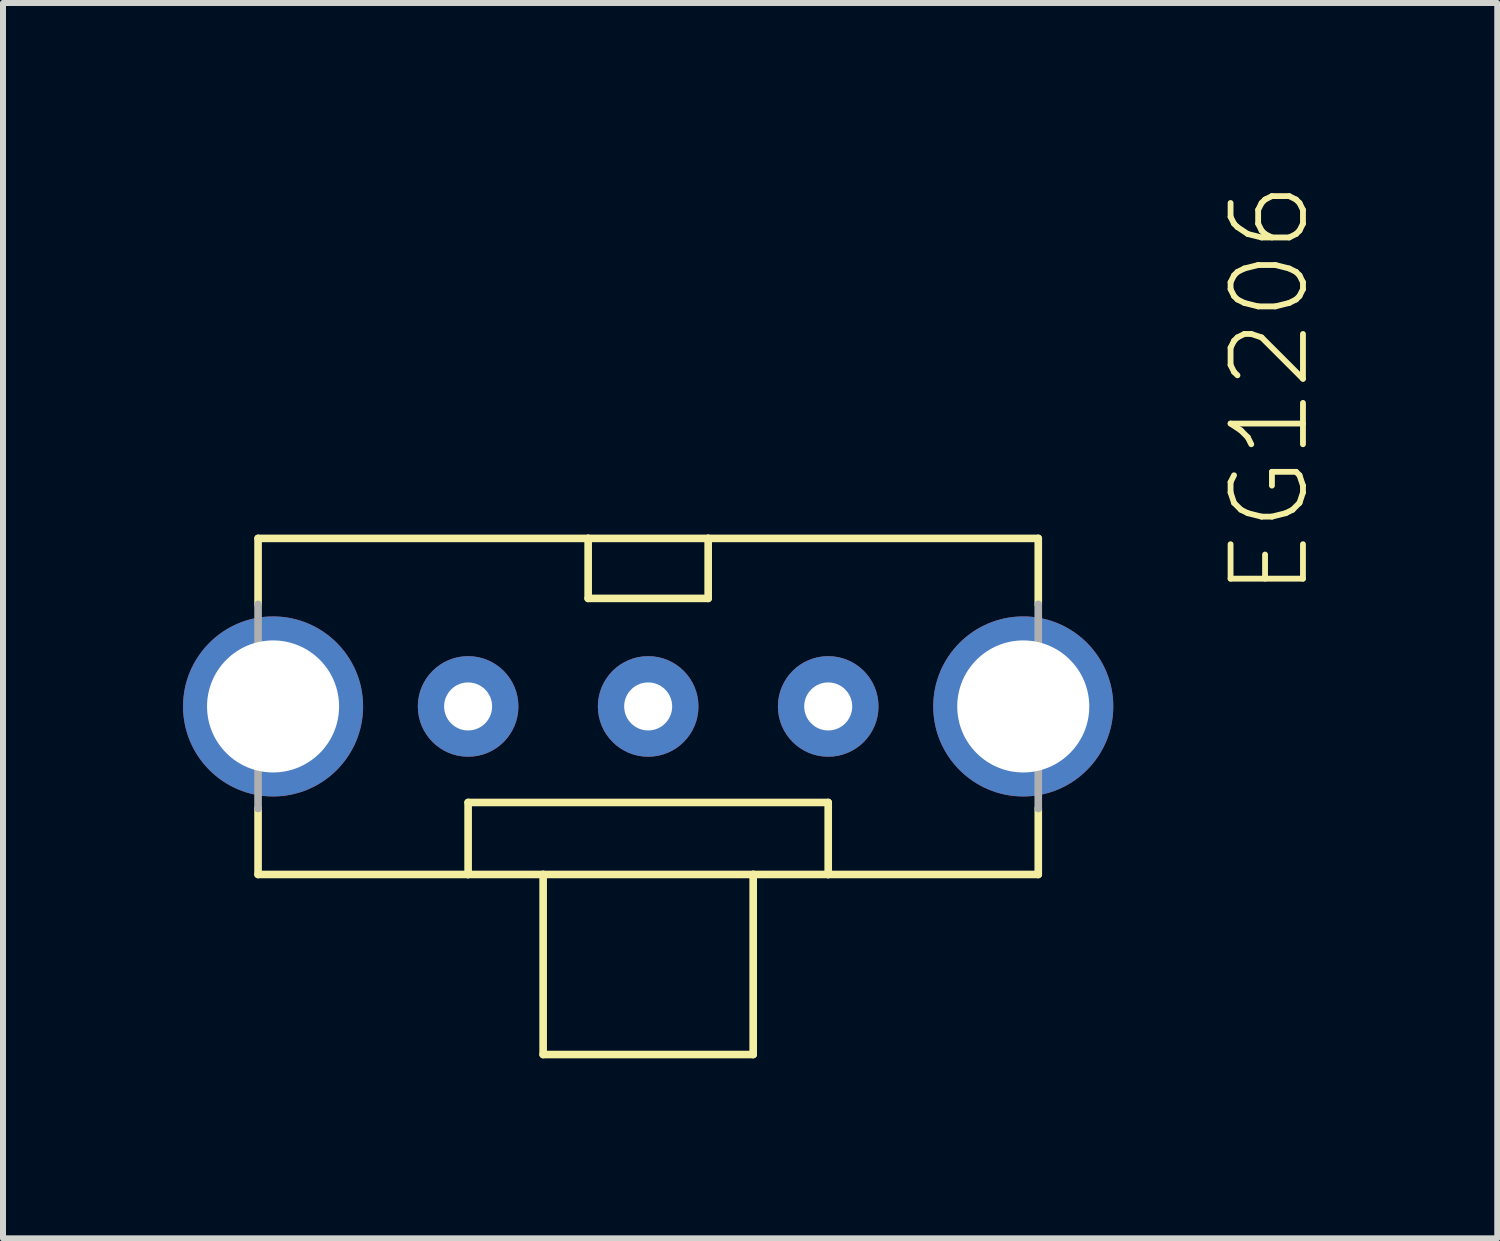
<source format=kicad_pcb>
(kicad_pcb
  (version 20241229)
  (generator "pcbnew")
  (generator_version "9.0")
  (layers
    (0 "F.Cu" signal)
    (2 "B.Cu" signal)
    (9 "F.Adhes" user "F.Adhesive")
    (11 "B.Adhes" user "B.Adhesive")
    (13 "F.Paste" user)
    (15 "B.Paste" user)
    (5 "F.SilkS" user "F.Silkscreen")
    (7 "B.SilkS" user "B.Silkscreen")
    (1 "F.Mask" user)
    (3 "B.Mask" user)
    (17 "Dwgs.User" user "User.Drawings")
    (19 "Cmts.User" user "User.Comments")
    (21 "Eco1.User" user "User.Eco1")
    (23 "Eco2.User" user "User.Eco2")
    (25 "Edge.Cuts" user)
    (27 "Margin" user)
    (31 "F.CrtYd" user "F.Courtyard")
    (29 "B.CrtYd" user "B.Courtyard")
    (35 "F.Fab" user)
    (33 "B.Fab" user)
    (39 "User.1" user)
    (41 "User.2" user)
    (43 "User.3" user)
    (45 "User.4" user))
  (footprint "EG1206"
    (layer "F.Cu")
    (at 7.75 8.721)
    (property "Reference" "EG1206" (at 9.652 -1.778 90) (layer "F.SilkS") (effects (font (size 1.206 1.206) (thickness 0.097)) (justify left top)))
    (attr through_hole)
    (fp_line (start -6.5 -2.8) (end -6.5 -1.7) (stroke (width 0.127) (type solid)) (layer "F.SilkS"))
    (fp_line (start -6.5 -2.8) (end -1 -2.8) (stroke (width 0.127) (type solid)) (layer "F.SilkS"))
    (fp_line (start -6.5 2.8) (end -6.5 1.7) (stroke (width 0.127) (type solid)) (layer "F.SilkS"))
    (fp_line (start -3 1.6) (end 3 1.6) (stroke (width 0.127) (type solid)) (layer "F.SilkS"))
    (fp_line (start -3 2.8) (end -6.5 2.8) (stroke (width 0.127) (type solid)) (layer "F.SilkS"))
    (fp_line (start -3 2.8) (end -3 1.6) (stroke (width 0.127) (type solid)) (layer "F.SilkS"))
    (fp_line (start -1.75 2.8) (end -3 2.8) (stroke (width 0.127) (type solid)) (layer "F.SilkS"))
    (fp_line (start -1.75 2.8) (end -1.75 5.8) (stroke (width 0.127) (type solid)) (layer "F.SilkS"))
    (fp_line (start -1.75 5.8) (end 1.75 5.8) (stroke (width 0.127) (type solid)) (layer "F.SilkS"))
    (fp_line (start -1 -2.8) (end -1 -1.8) (stroke (width 0.127) (type solid)) (layer "F.SilkS"))
    (fp_line (start -1 -2.8) (end 1 -2.8) (stroke (width 0.127) (type solid)) (layer "F.SilkS"))
    (fp_line (start -1 -1.8) (end 1 -1.8) (stroke (width 0.127) (type solid)) (layer "F.SilkS"))
    (fp_line (start 1 -2.8) (end 6.5 -2.8) (stroke (width 0.127) (type solid)) (layer "F.SilkS"))
    (fp_line (start 1 -1.8) (end 1 -2.8) (stroke (width 0.127) (type solid)) (layer "F.SilkS"))
    (fp_line (start 1.75 2.8) (end -1.75 2.8) (stroke (width 0.127) (type solid)) (layer "F.SilkS"))
    (fp_line (start 1.75 5.8) (end 1.75 2.8) (stroke (width 0.127) (type solid)) (layer "F.SilkS"))
    (fp_line (start 3 1.6) (end 3 2.8) (stroke (width 0.127) (type solid)) (layer "F.SilkS"))
    (fp_line (start 3 2.8) (end 1.75 2.8) (stroke (width 0.127) (type solid)) (layer "F.SilkS"))
    (fp_line (start 6.5 -2.8) (end 6.5 -1.7) (stroke (width 0.127) (type solid)) (layer "F.SilkS"))
    (fp_line (start 6.5 2.8) (end 3 2.8) (stroke (width 0.127) (type solid)) (layer "F.SilkS"))
    (fp_line (start 6.5 2.8) (end 6.5 1.7) (stroke (width 0.127) (type solid)) (layer "F.SilkS"))
    (fp_line (start -6.5 -1.7) (end -6.5 1.7) (stroke (width 0.127) (type solid)) (layer "F.Fab"))
    (fp_line (start 6.5 -1.7) (end 6.5 1.7) (stroke (width 0.127) (type solid)) (layer "F.Fab"))
    (pad "1" thru_hole circle (at -3 0) (size 1.676 1.676) (drill 0.8) (layers "*.Cu" "*.Mask"))
    (pad "2" thru_hole circle (at 0 0) (size 1.676 1.676) (drill 0.8) (layers "*.Cu" "*.Mask"))
    (pad "3" thru_hole circle (at 3 0) (size 1.676 1.676) (drill 0.8) (layers "*.Cu" "*.Mask"))
    (pad "MT1" thru_hole circle (at -6.25 0) (size 3 3) (drill 2.2) (layers "*.Cu" "*.Mask"))
    (pad "MT2" thru_hole circle (at 6.25 0) (size 3 3) (drill 2.2) (layers "*.Cu" "*.Mask")))
  (gr_rect
    (start -3 -3)
    (end 21.898 17.584)
    (stroke (width 0.1) (type default))
    (fill no)
    (layer "Edge.Cuts")))
</source>
